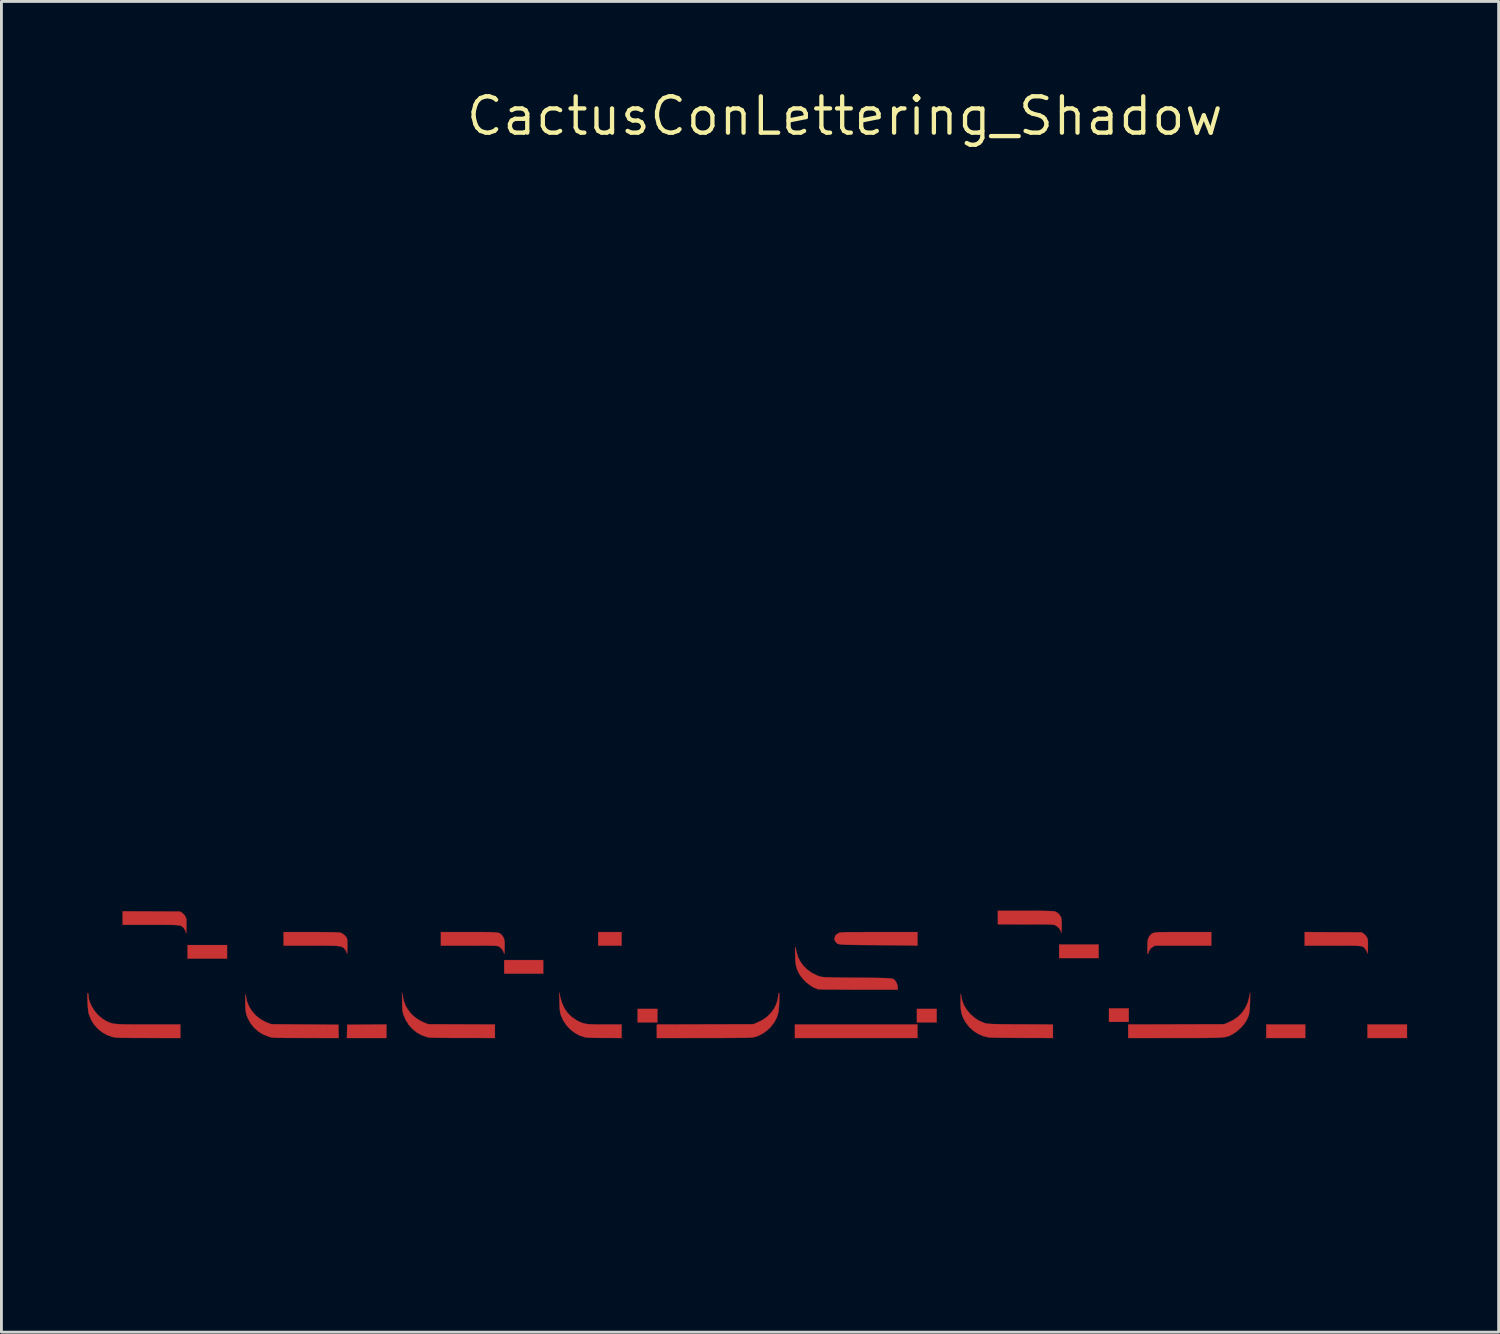
<source format=kicad_pcb>
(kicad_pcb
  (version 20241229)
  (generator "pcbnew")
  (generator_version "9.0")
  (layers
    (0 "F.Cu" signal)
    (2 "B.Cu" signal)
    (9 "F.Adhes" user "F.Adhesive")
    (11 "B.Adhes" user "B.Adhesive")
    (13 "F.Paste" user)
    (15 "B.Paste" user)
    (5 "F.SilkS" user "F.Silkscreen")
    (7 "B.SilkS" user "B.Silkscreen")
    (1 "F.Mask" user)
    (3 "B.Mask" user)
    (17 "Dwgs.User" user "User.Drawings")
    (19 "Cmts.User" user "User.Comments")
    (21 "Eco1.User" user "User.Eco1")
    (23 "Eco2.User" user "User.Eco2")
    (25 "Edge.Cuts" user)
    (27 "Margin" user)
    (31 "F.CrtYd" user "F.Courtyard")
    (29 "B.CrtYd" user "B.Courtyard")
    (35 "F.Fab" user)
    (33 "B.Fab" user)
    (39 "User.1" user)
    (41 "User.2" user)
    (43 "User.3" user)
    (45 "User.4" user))
  (footprint "CactusConLettering_Shadow"
    (layer "F.Cu")
    (at 26.475 1.006)
    (property "Reference" "CactusConLettering_Shadow" (at 0 0 0) (layer "F.SilkS") (effects (font (size 1.27 1.27) (thickness 0.15))))
    (attr through_hole)
    (fp_poly (pts (xy -21.59 29.446) (xy -22.969 29.446) (xy -22.969 28.974) (xy -21.59 28.974) (xy -21.59 29.446)) (stroke (width 0.01) (type solid)) (fill yes) (layer "F.Cu"))
    (fp_poly (pts (xy -10.541 29.972) (xy -11.902 29.972) (xy -11.902 29.5) (xy -10.541 29.5) (xy -10.541 29.972)) (stroke (width 0.01) (type solid)) (fill yes) (layer "F.Cu"))
    (fp_poly (pts (xy -7.801 28.992) (xy -8.618 28.992) (xy -8.618 28.521) (xy -7.801 28.521) (xy -7.801 28.992)) (stroke (width 0.01) (type solid)) (fill yes) (layer "F.Cu"))
    (fp_poly (pts (xy -6.55 31.677) (xy -7.239 31.677) (xy -7.239 31.206) (xy -6.55 31.206) (xy -6.55 31.677)) (stroke (width 0.01) (type solid)) (fill yes) (layer "F.Cu"))
    (fp_poly (pts (xy 2.54 32.222) (xy -1.742 32.222) (xy -1.742 31.75) (xy 2.54 31.75) (xy 2.54 32.222)) (stroke (width 0.01) (type solid)) (fill yes) (layer "F.Cu"))
    (fp_poly (pts (xy 3.211 31.677) (xy 2.522 31.677) (xy 2.522 31.206) (xy 3.211 31.206) (xy 3.211 31.677)) (stroke (width 0.01) (type solid)) (fill yes) (layer "F.Cu"))
    (fp_poly (pts (xy 8.872 29.428) (xy 7.493 29.428) (xy 7.493 28.956) (xy 8.872 28.956) (xy 8.872 29.428)) (stroke (width 0.01) (type solid)) (fill yes) (layer "F.Cu"))
    (fp_poly (pts (xy 9.924 31.659) (xy 9.235 31.659) (xy 9.235 31.188) (xy 9.924 31.188) (xy 9.924 31.659)) (stroke (width 0.01) (type solid)) (fill yes) (layer "F.Cu"))
    (fp_poly (pts (xy 16.093 32.222) (xy 14.732 32.222) (xy 14.732 31.75) (xy 16.093 31.75) (xy 16.093 32.222)) (stroke (width 0.01) (type solid)) (fill yes) (layer "F.Cu"))
    (fp_poly (pts (xy 19.649 32.222) (xy 18.27 32.222) (xy 18.27 31.75) (xy 19.649 31.75) (xy 19.649 32.222)) (stroke (width 0.01) (type solid)) (fill yes) (layer "F.Cu"))
    (fp_poly (pts (xy -16.02 32.222) (xy -17.4 32.222) (xy -17.395 31.99) (xy -17.39 31.759) (xy -16.02 31.75) (xy -16.02 32.222)) (stroke (width 0.01) (type solid)) (fill yes) (layer "F.Cu"))
    (fp_poly (pts (xy 18.064 28.53) (xy 18.137 28.578) (xy 18.206 28.64) (xy 18.25 28.708) (xy 18.265 28.742) (xy 18.276 28.777) (xy 18.282 28.82) (xy 18.285 28.877) (xy 18.285 28.957) (xy 18.284 29.058) (xy 18.281 29.164) (xy 18.278 29.234) (xy 18.273 29.267) (xy 18.268 29.265) (xy 18.266 29.255) (xy 18.245 29.195) (xy 18.21 29.133) (xy 18.198 29.117) (xy 18.177 29.091) (xy 18.157 29.068) (xy 18.135 29.05) (xy 18.11 29.034) (xy 18.077 29.022) (xy 18.034 29.012) (xy 17.977 29.005) (xy 17.904 29) (xy 17.811 28.996) (xy 17.697 28.994) (xy 17.556 28.993) (xy 17.388 28.992) (xy 17.188 28.992) (xy 17.047 28.992) (xy 16.075 28.992) (xy 16.075 28.52) (xy 18.064 28.53)) (stroke (width 0.01) (type solid)) (fill yes) (layer "F.Cu"))
    (fp_poly (pts (xy -23.229 27.804) (xy -23.156 27.853) (xy -23.088 27.915) (xy -23.043 27.982) (xy -23.028 28.016) (xy -23.017 28.051) (xy -23.011 28.094) (xy -23.008 28.151) (xy -23.008 28.23) (xy -23.01 28.332) (xy -23.012 28.423) (xy -23.014 28.495) (xy -23.016 28.543) (xy -23.018 28.564) (xy -23.019 28.561) (xy -23.034 28.505) (xy -23.065 28.439) (xy -23.103 28.38) (xy -23.126 28.355) (xy -23.147 28.336) (xy -23.168 28.32) (xy -23.19 28.307) (xy -23.218 28.296) (xy -23.253 28.287) (xy -23.3 28.281) (xy -23.36 28.275) (xy -23.438 28.272) (xy -23.536 28.269) (xy -23.658 28.268) (xy -23.805 28.267) (xy -23.982 28.267) (xy -24.192 28.267) (xy -24.256 28.267) (xy -25.237 28.267) (xy -25.237 27.794) (xy -23.229 27.804)) (stroke (width 0.01) (type solid)) (fill yes) (layer "F.Cu"))
    (fp_poly (pts (xy 11.829 28.521) (xy 12.809 28.521) (xy 12.809 28.992) (xy 10.838 28.992) (xy 10.758 29.044) (xy 10.705 29.082) (xy 10.667 29.123) (xy 10.636 29.179) (xy 10.606 29.255) (xy 10.595 29.283) (xy 10.588 29.294) (xy 10.584 29.285) (xy 10.581 29.252) (xy 10.579 29.191) (xy 10.579 29.098) (xy 10.579 29.083) (xy 10.58 28.956) (xy 10.585 28.858) (xy 10.596 28.783) (xy 10.615 28.724) (xy 10.642 28.675) (xy 10.673 28.635) (xy 10.694 28.611) (xy 10.714 28.591) (xy 10.736 28.574) (xy 10.762 28.559) (xy 10.796 28.548) (xy 10.841 28.539) (xy 10.899 28.532) (xy 10.974 28.528) (xy 11.068 28.524) (xy 11.185 28.522) (xy 11.328 28.521) (xy 11.5 28.521) (xy 11.703 28.521) (xy 11.829 28.521)) (stroke (width 0.01) (type solid)) (fill yes) (layer "F.Cu"))
    (fp_poly (pts (xy -15.447 30.775) (xy -15.408 30.939) (xy -15.355 31.081) (xy -15.282 31.212) (xy -15.278 31.219) (xy -15.153 31.379) (xy -15.001 31.516) (xy -14.825 31.628) (xy -14.682 31.693) (xy -14.56 31.741) (xy -13.394 31.746) (xy -12.228 31.751) (xy -12.228 32.222) (xy -13.358 32.22) (xy -13.603 32.22) (xy -13.814 32.219) (xy -13.994 32.218) (xy -14.145 32.216) (xy -14.27 32.214) (xy -14.371 32.211) (xy -14.45 32.208) (xy -14.511 32.204) (xy -14.555 32.2) (xy -14.585 32.195) (xy -14.587 32.194) (xy -14.777 32.129) (xy -14.951 32.034) (xy -15.106 31.91) (xy -15.239 31.761) (xy -15.346 31.59) (xy -15.415 31.429) (xy -15.433 31.375) (xy -15.446 31.326) (xy -15.455 31.275) (xy -15.461 31.215) (xy -15.465 31.138) (xy -15.468 31.036) (xy -15.469 30.961) (xy -15.474 30.634) (xy -15.447 30.775)) (stroke (width 0.01) (type solid)) (fill yes) (layer "F.Cu"))
    (fp_poly (pts (xy -9.941 30.804) (xy -9.88 31.012) (xy -9.791 31.198) (xy -9.676 31.359) (xy -9.534 31.496) (xy -9.367 31.608) (xy -9.298 31.643) (xy -9.237 31.671) (xy -9.181 31.693) (xy -9.124 31.711) (xy -9.064 31.725) (xy -8.994 31.735) (xy -8.91 31.742) (xy -8.807 31.746) (xy -8.682 31.749) (xy -8.528 31.75) (xy -8.387 31.75) (xy -7.801 31.75) (xy -7.801 32.222) (xy -8.396 32.22) (xy -8.576 32.219) (xy -8.724 32.218) (xy -8.843 32.215) (xy -8.936 32.211) (xy -9.009 32.206) (xy -9.063 32.199) (xy -9.098 32.192) (xy -9.277 32.131) (xy -9.444 32.038) (xy -9.596 31.918) (xy -9.729 31.774) (xy -9.837 31.611) (xy -9.918 31.432) (xy -9.933 31.387) (xy -9.946 31.332) (xy -9.956 31.26) (xy -9.964 31.166) (xy -9.969 31.044) (xy -9.971 30.961) (xy -9.978 30.634) (xy -9.941 30.804)) (stroke (width 0.01) (type solid)) (fill yes) (layer "F.Cu"))
    (fp_poly (pts (xy -18.655 28.521) (xy -18.414 28.521) (xy -18.203 28.522) (xy -18.023 28.524) (xy -17.876 28.527) (xy -17.761 28.53) (xy -17.68 28.534) (xy -17.635 28.539) (xy -17.629 28.54) (xy -17.562 28.571) (xy -17.493 28.621) (xy -17.434 28.681) (xy -17.401 28.734) (xy -17.391 28.778) (xy -17.386 28.856) (xy -17.384 28.965) (xy -17.385 29.056) (xy -17.388 29.147) (xy -17.39 29.219) (xy -17.392 29.268) (xy -17.394 29.289) (xy -17.395 29.286) (xy -17.413 29.221) (xy -17.45 29.15) (xy -17.497 29.09) (xy -17.521 29.068) (xy -17.545 29.052) (xy -17.571 29.039) (xy -17.602 29.027) (xy -17.64 29.018) (xy -17.689 29.01) (xy -17.751 29.004) (xy -17.831 29) (xy -17.931 28.997) (xy -18.053 28.995) (xy -18.202 28.993) (xy -18.379 28.993) (xy -18.589 28.992) (xy -18.664 28.992) (xy -19.612 28.992) (xy -19.612 28.521) (xy -18.655 28.521)) (stroke (width 0.01) (type solid)) (fill yes) (layer "F.Cu"))
    (fp_poly (pts (xy 6.309 27.777) (xy 6.545 27.777) (xy 6.754 27.778) (xy 6.932 27.78) (xy 7.08 27.783) (xy 7.196 27.786) (xy 7.278 27.79) (xy 7.326 27.794) (xy 7.335 27.796) (xy 7.421 27.837) (xy 7.497 27.904) (xy 7.551 27.987) (xy 7.556 28) (xy 7.568 28.041) (xy 7.576 28.092) (xy 7.58 28.161) (xy 7.581 28.254) (xy 7.58 28.339) (xy 7.577 28.441) (xy 7.574 28.508) (xy 7.57 28.541) (xy 7.565 28.543) (xy 7.561 28.526) (xy 7.53 28.442) (xy 7.471 28.364) (xy 7.393 28.302) (xy 7.357 28.282) (xy 7.339 28.275) (xy 7.317 28.269) (xy 7.289 28.264) (xy 7.252 28.26) (xy 7.201 28.256) (xy 7.135 28.254) (xy 7.05 28.252) (xy 6.942 28.251) (xy 6.81 28.25) (xy 6.65 28.249) (xy 6.458 28.249) (xy 6.318 28.249) (xy 5.352 28.248) (xy 5.352 27.777) (xy 6.309 27.777)) (stroke (width 0.01) (type solid)) (fill yes) (layer "F.Cu"))
    (fp_poly (pts (xy -20.94 30.716) (xy -20.935 30.749) (xy -20.892 30.944) (xy -20.817 31.127) (xy -20.712 31.293) (xy -20.58 31.44) (xy -20.424 31.564) (xy -20.247 31.662) (xy -20.169 31.693) (xy -20.039 31.741) (xy -18.869 31.75) (xy -17.698 31.759) (xy -17.693 31.99) (xy -17.688 32.222) (xy -18.836 32.221) (xy -19.069 32.221) (xy -19.268 32.22) (xy -19.437 32.22) (xy -19.578 32.219) (xy -19.695 32.218) (xy -19.79 32.216) (xy -19.867 32.214) (xy -19.928 32.211) (xy -19.976 32.208) (xy -20.015 32.204) (xy -20.047 32.198) (xy -20.075 32.192) (xy -20.102 32.184) (xy -20.12 32.179) (xy -20.318 32.102) (xy -20.491 31.998) (xy -20.641 31.866) (xy -20.767 31.708) (xy -20.839 31.582) (xy -20.88 31.494) (xy -20.91 31.41) (xy -20.931 31.321) (xy -20.944 31.221) (xy -20.951 31.101) (xy -20.953 30.953) (xy -20.952 30.934) (xy -20.951 30.827) (xy -20.95 30.754) (xy -20.948 30.713) (xy -20.945 30.701) (xy -20.94 30.716)) (stroke (width 0.01) (type solid)) (fill yes) (layer "F.Cu"))
    (fp_poly (pts (xy -12.913 28.521) (xy -12.725 28.521) (xy -12.567 28.521) (xy -12.436 28.523) (xy -12.329 28.526) (xy -12.244 28.53) (xy -12.177 28.535) (xy -12.125 28.543) (xy -12.086 28.553) (xy -12.056 28.566) (xy -12.032 28.581) (xy -12.012 28.6) (xy -11.991 28.622) (xy -11.979 28.635) (xy -11.942 28.684) (xy -11.916 28.735) (xy -11.898 28.796) (xy -11.889 28.874) (xy -11.886 28.976) (xy -11.887 29.083) (xy -11.89 29.183) (xy -11.894 29.247) (xy -11.899 29.276) (xy -11.905 29.273) (xy -11.907 29.265) (xy -11.942 29.174) (xy -12 29.093) (xy -12.073 29.034) (xy -12.082 29.029) (xy -12.099 29.021) (xy -12.118 29.014) (xy -12.141 29.009) (xy -12.172 29.004) (xy -12.214 29) (xy -12.27 28.998) (xy -12.343 28.996) (xy -12.436 28.994) (xy -12.552 28.993) (xy -12.694 28.993) (xy -12.866 28.992) (xy -13.07 28.992) (xy -13.135 28.992) (xy -14.115 28.992) (xy -14.115 28.521) (xy -13.135 28.521) (xy -12.913 28.521)) (stroke (width 0.01) (type solid)) (fill yes) (layer "F.Cu"))
    (fp_poly (pts (xy 14.163 30.97) (xy 14.158 31.117) (xy 14.151 31.236) (xy 14.138 31.334) (xy 14.119 31.418) (xy 14.092 31.496) (xy 14.055 31.577) (xy 14.02 31.641) (xy 13.954 31.737) (xy 13.866 31.839) (xy 13.763 31.937) (xy 13.655 32.024) (xy 13.553 32.089) (xy 13.535 32.099) (xy 13.494 32.119) (xy 13.456 32.137) (xy 13.42 32.153) (xy 13.384 32.166) (xy 13.343 32.178) (xy 13.297 32.188) (xy 13.243 32.196) (xy 13.178 32.203) (xy 13.1 32.208) (xy 13.007 32.213) (xy 12.895 32.216) (xy 12.764 32.218) (xy 12.609 32.22) (xy 12.43 32.221) (xy 12.222 32.221) (xy 11.985 32.221) (xy 11.716 32.221) (xy 11.534 32.221) (xy 9.906 32.222) (xy 9.906 31.751) (xy 11.58 31.746) (xy 13.253 31.741) (xy 13.376 31.693) (xy 13.572 31.599) (xy 13.742 31.481) (xy 13.884 31.34) (xy 13.998 31.175) (xy 14.084 30.988) (xy 14.141 30.779) (xy 14.142 30.773) (xy 14.168 30.634) (xy 14.163 30.97)) (stroke (width 0.01) (type solid)) (fill yes) (layer "F.Cu"))
    (fp_poly (pts (xy -2.293 30.66) (xy -2.289 30.707) (xy -2.288 30.776) (xy -2.289 30.862) (xy -2.292 30.958) (xy -2.296 31.056) (xy -2.302 31.151) (xy -2.31 31.236) (xy -2.318 31.304) (xy -2.323 31.333) (xy -2.377 31.507) (xy -2.463 31.672) (xy -2.576 31.823) (xy -2.713 31.956) (xy -2.867 32.067) (xy -3.036 32.15) (xy -3.175 32.193) (xy -3.2 32.198) (xy -3.231 32.203) (xy -3.272 32.206) (xy -3.325 32.21) (xy -3.391 32.212) (xy -3.473 32.215) (xy -3.574 32.216) (xy -3.696 32.218) (xy -3.84 32.219) (xy -4.01 32.22) (xy -4.207 32.221) (xy -4.434 32.221) (xy -4.693 32.221) (xy -4.93 32.221) (xy -6.568 32.222) (xy -6.568 31.751) (xy -3.202 31.741) (xy -3.08 31.693) (xy -2.893 31.604) (xy -2.729 31.491) (xy -2.589 31.357) (xy -2.476 31.206) (xy -2.393 31.04) (xy -2.341 30.863) (xy -2.328 30.766) (xy -2.32 30.704) (xy -2.31 30.661) (xy -2.299 30.643) (xy -2.299 30.643) (xy -2.293 30.66)) (stroke (width 0.01) (type solid)) (fill yes) (layer "F.Cu"))
    (fp_poly (pts (xy 2.54 28.992) (xy 2.336 28.988) (xy 2.281 28.987) (xy 2.194 28.986) (xy 2.078 28.985) (xy 1.938 28.983) (xy 1.776 28.982) (xy 1.597 28.98) (xy 1.405 28.978) (xy 1.203 28.976) (xy 0.995 28.975) (xy 0.98 28.974) (xy 0.74 28.973) (xy 0.534 28.971) (xy 0.359 28.969) (xy 0.212 28.967) (xy 0.09 28.964) (xy -0.009 28.96) (xy -0.088 28.955) (xy -0.15 28.949) (xy -0.198 28.942) (xy -0.233 28.932) (xy -0.26 28.92) (xy -0.28 28.906) (xy -0.297 28.889) (xy -0.313 28.869) (xy -0.327 28.852) (xy -0.355 28.803) (xy -0.359 28.747) (xy -0.357 28.732) (xy -0.335 28.659) (xy -0.288 28.602) (xy -0.21 28.556) (xy -0.209 28.555) (xy -0.193 28.548) (xy -0.175 28.543) (xy -0.151 28.538) (xy -0.119 28.534) (xy -0.076 28.531) (xy -0.02 28.528) (xy 0.052 28.526) (xy 0.142 28.524) (xy 0.254 28.523) (xy 0.389 28.522) (xy 0.55 28.522) (xy 0.74 28.521) (xy 0.961 28.521) (xy 1.202 28.521) (xy 2.54 28.521) (xy 2.54 28.992)) (stroke (width 0.01) (type solid)) (fill yes) (layer "F.Cu"))
    (fp_poly (pts (xy 4.06 30.698) (xy 4.065 30.731) (xy 4.103 30.917) (xy 4.168 31.085) (xy 4.263 31.24) (xy 4.391 31.389) (xy 4.399 31.397) (xy 4.548 31.527) (xy 4.704 31.625) (xy 4.875 31.696) (xy 4.908 31.707) (xy 4.933 31.713) (xy 4.962 31.719) (xy 4.998 31.724) (xy 5.043 31.728) (xy 5.101 31.731) (xy 5.175 31.734) (xy 5.267 31.737) (xy 5.38 31.739) (xy 5.518 31.741) (xy 5.682 31.742) (xy 5.877 31.744) (xy 6.105 31.745) (xy 6.146 31.745) (xy 7.275 31.752) (xy 7.275 32.222) (xy 6.209 32.219) (xy 6.012 32.219) (xy 5.823 32.218) (xy 5.645 32.216) (xy 5.483 32.214) (xy 5.339 32.212) (xy 5.218 32.209) (xy 5.123 32.206) (xy 5.058 32.203) (xy 5.029 32.201) (xy 4.84 32.156) (xy 4.661 32.078) (xy 4.496 31.971) (xy 4.351 31.838) (xy 4.229 31.681) (xy 4.174 31.586) (xy 4.129 31.494) (xy 4.096 31.408) (xy 4.073 31.32) (xy 4.058 31.222) (xy 4.05 31.105) (xy 4.048 30.963) (xy 4.048 30.915) (xy 4.049 30.809) (xy 4.051 30.736) (xy 4.053 30.695) (xy 4.056 30.683) (xy 4.06 30.698)) (stroke (width 0.01) (type solid)) (fill yes) (layer "F.Cu"))
    (fp_poly (pts (xy -26.455 30.651) (xy -26.441 30.676) (xy -26.434 30.721) (xy -26.434 30.728) (xy -26.418 30.865) (xy -26.372 31.009) (xy -26.3 31.154) (xy -26.207 31.293) (xy -26.096 31.42) (xy -25.973 31.53) (xy -25.841 31.615) (xy -25.817 31.627) (xy -25.768 31.651) (xy -25.723 31.672) (xy -25.68 31.689) (xy -25.635 31.704) (xy -25.585 31.716) (xy -25.527 31.726) (xy -25.458 31.733) (xy -25.375 31.739) (xy -25.276 31.743) (xy -25.156 31.746) (xy -25.013 31.748) (xy -24.844 31.749) (xy -24.646 31.75) (xy -24.415 31.75) (xy -24.334 31.75) (xy -23.223 31.75) (xy -23.223 32.222) (xy -24.343 32.221) (xy -24.574 32.22) (xy -24.772 32.22) (xy -24.94 32.219) (xy -25.08 32.218) (xy -25.196 32.217) (xy -25.291 32.215) (xy -25.367 32.213) (xy -25.428 32.21) (xy -25.477 32.206) (xy -25.516 32.201) (xy -25.549 32.196) (xy -25.579 32.189) (xy -25.596 32.185) (xy -25.785 32.117) (xy -25.957 32.02) (xy -26.11 31.895) (xy -26.24 31.747) (xy -26.343 31.579) (xy -26.416 31.395) (xy -26.426 31.36) (xy -26.436 31.306) (xy -26.446 31.232) (xy -26.454 31.143) (xy -26.461 31.047) (xy -26.466 30.948) (xy -26.469 30.855) (xy -26.47 30.772) (xy -26.468 30.706) (xy -26.463 30.663) (xy -26.456 30.65) (xy -26.455 30.651)) (stroke (width 0.01) (type solid)) (fill yes) (layer "F.Cu"))
    (fp_poly (pts (xy -1.719 29.065) (xy -1.707 29.118) (xy -1.69 29.202) (xy -1.688 29.209) (xy -1.637 29.387) (xy -1.553 29.554) (xy -1.44 29.706) (xy -1.302 29.84) (xy -1.143 29.952) (xy -0.965 30.039) (xy -0.861 30.075) (xy -0.836 30.081) (xy -0.807 30.087) (xy -0.77 30.092) (xy -0.723 30.096) (xy -0.664 30.099) (xy -0.588 30.102) (xy -0.494 30.105) (xy -0.379 30.107) (xy -0.239 30.11) (xy -0.073 30.112) (xy 0.124 30.114) (xy 0.352 30.116) (xy 0.435 30.116) (xy 0.678 30.118) (xy 0.886 30.12) (xy 1.064 30.122) (xy 1.214 30.124) (xy 1.338 30.127) (xy 1.439 30.13) (xy 1.521 30.134) (xy 1.584 30.14) (xy 1.633 30.146) (xy 1.67 30.154) (xy 1.698 30.164) (xy 1.719 30.176) (xy 1.735 30.19) (xy 1.751 30.206) (xy 1.764 30.22) (xy 1.807 30.288) (xy 1.839 30.374) (xy 1.851 30.46) (xy 1.851 30.461) (xy 1.851 30.534) (xy 0.476 30.533) (xy 0.255 30.532) (xy 0.044 30.532) (xy -0.155 30.531) (xy -0.338 30.529) (xy -0.503 30.528) (xy -0.646 30.526) (xy -0.764 30.524) (xy -0.856 30.522) (xy -0.917 30.519) (xy -0.945 30.517) (xy -0.946 30.517) (xy -1.078 30.462) (xy -1.214 30.379) (xy -1.344 30.275) (xy -1.462 30.158) (xy -1.559 30.032) (xy -1.601 29.961) (xy -1.643 29.875) (xy -1.675 29.795) (xy -1.699 29.714) (xy -1.715 29.623) (xy -1.725 29.516) (xy -1.732 29.384) (xy -1.734 29.301) (xy -1.736 29.184) (xy -1.736 29.104) (xy -1.733 29.057) (xy -1.728 29.045) (xy -1.719 29.065)) (stroke (width 0.01) (type solid)) (fill yes) (layer "F.Cu"))
    (fp_poly (pts (xy -15.821 39.497) (xy -17.199 39.497) (xy -17.199 39.025) (xy -15.821 39.025) (xy -15.821 39.497)) (stroke (width 0.01) (type solid)) (fill yes) (layer "F.Mask"))
    (fp_poly (pts (xy -10.341 37.229) (xy -11.702 37.229) (xy -11.702 36.757) (xy -10.341 36.757) (xy -10.341 37.229)) (stroke (width 0.01) (type solid)) (fill yes) (layer "F.Mask"))
    (fp_poly (pts (xy -7.602 36.249) (xy -8.418 36.249) (xy -8.418 35.778) (xy -7.602 35.778) (xy -7.602 36.249)) (stroke (width 0.01) (type solid)) (fill yes) (layer "F.Mask"))
    (fp_poly (pts (xy -6.35 38.935) (xy -7.039 38.935) (xy -7.039 38.463) (xy -6.35 38.463) (xy -6.35 38.935)) (stroke (width 0.01) (type solid)) (fill yes) (layer "F.Mask"))
    (fp_poly (pts (xy 2.74 39.497) (xy -1.542 39.497) (xy -1.542 39.025) (xy 2.74 39.025) (xy 2.74 39.497)) (stroke (width 0.01) (type solid)) (fill yes) (layer "F.Mask"))
    (fp_poly (pts (xy 9.071 36.703) (xy 7.693 36.703) (xy 7.693 36.231) (xy 9.071 36.231) (xy 9.071 36.703)) (stroke (width 0.01) (type solid)) (fill yes) (layer "F.Mask"))
    (fp_poly (pts (xy 10.124 38.935) (xy 9.434 38.935) (xy 9.434 38.463) (xy 10.124 38.463) (xy 10.124 38.935)) (stroke (width 0.01) (type solid)) (fill yes) (layer "F.Mask"))
    (fp_poly (pts (xy 16.292 39.497) (xy 14.932 39.497) (xy 14.932 39.025) (xy 16.292 39.025) (xy 16.292 39.497)) (stroke (width 0.01) (type solid)) (fill yes) (layer "F.Mask"))
    (fp_poly (pts (xy 19.848 39.497) (xy 18.469 39.497) (xy 18.469 39.025) (xy 19.848 39.025) (xy 19.848 39.497)) (stroke (width 0.01) (type solid)) (fill yes) (layer "F.Mask"))
    (fp_poly (pts (xy -21.399 36.24) (xy -21.394 36.472) (xy -21.389 36.703) (xy -22.769 36.703) (xy -22.769 36.231) (xy -21.399 36.24)) (stroke (width 0.01) (type solid)) (fill yes) (layer "F.Mask"))
    (fp_poly (pts (xy 3.062 38.467) (xy 3.402 38.472) (xy 3.407 38.703) (xy 3.412 38.935) (xy 2.721 38.935) (xy 2.721 38.462) (xy 3.062 38.467)) (stroke (width 0.01) (type solid)) (fill yes) (layer "F.Mask"))
    (fp_poly (pts (xy -18.409 35.8) (xy -17.405 35.805) (xy -17.33 35.855) (xy -17.277 35.894) (xy -17.239 35.936) (xy -17.212 35.987) (xy -17.195 36.052) (xy -17.187 36.139) (xy -17.184 36.252) (xy -17.185 36.327) (xy -17.188 36.429) (xy -17.191 36.5) (xy -17.196 36.539) (xy -17.201 36.543) (xy -17.203 36.533) (xy -17.236 36.445) (xy -17.297 36.366) (xy -17.377 36.306) (xy -17.381 36.304) (xy -17.398 36.296) (xy -17.416 36.289) (xy -17.44 36.284) (xy -17.472 36.279) (xy -17.514 36.276) (xy -17.571 36.273) (xy -17.646 36.271) (xy -17.74 36.269) (xy -17.858 36.268) (xy -18.002 36.268) (xy -18.176 36.268) (xy -18.382 36.268) (xy -18.432 36.268) (xy -19.413 36.268) (xy -19.413 35.795) (xy -18.409 35.8)) (stroke (width 0.01) (type solid)) (fill yes) (layer "F.Mask"))
    (fp_poly (pts (xy -24.089 35.052) (xy -23.837 35.053) (xy -23.62 35.054) (xy -23.438 35.056) (xy -23.292 35.059) (xy -23.181 35.062) (xy -23.107 35.067) (xy -23.069 35.072) (xy -22.968 35.116) (xy -22.888 35.186) (xy -22.839 35.262) (xy -22.825 35.298) (xy -22.816 35.338) (xy -22.811 35.387) (xy -22.808 35.455) (xy -22.809 35.548) (xy -22.81 35.609) (xy -22.812 35.711) (xy -22.815 35.779) (xy -22.819 35.814) (xy -22.823 35.82) (xy -22.829 35.797) (xy -22.858 35.72) (xy -22.914 35.646) (xy -22.985 35.584) (xy -23.064 35.546) (xy -23.069 35.544) (xy -23.106 35.539) (xy -23.178 35.534) (xy -23.284 35.531) (xy -23.425 35.528) (xy -23.602 35.526) (xy -23.813 35.524) (xy -24.061 35.524) (xy -24.089 35.524) (xy -25.037 35.524) (xy -25.037 35.052) (xy -24.089 35.052)) (stroke (width 0.01) (type solid)) (fill yes) (layer "F.Mask"))
    (fp_poly (pts (xy 2.74 36.249) (xy 1.429 36.248) (xy 1.164 36.248) (xy 0.933 36.247) (xy 0.733 36.246) (xy 0.564 36.245) (xy 0.422 36.243) (xy 0.305 36.241) (xy 0.212 36.238) (xy 0.14 36.235) (xy 0.086 36.231) (xy 0.049 36.227) (xy 0.03 36.223) (xy -0.062 36.185) (xy -0.124 36.127) (xy -0.155 36.051) (xy -0.157 36.039) (xy -0.15 35.957) (xy -0.11 35.885) (xy -0.039 35.829) (xy -0.025 35.822) (xy -0.01 35.815) (xy 0.007 35.809) (xy 0.029 35.804) (xy 0.058 35.8) (xy 0.098 35.797) (xy 0.15 35.794) (xy 0.218 35.791) (xy 0.304 35.789) (xy 0.41 35.788) (xy 0.538 35.786) (xy 0.693 35.785) (xy 0.875 35.784) (xy 1.088 35.783) (xy 1.334 35.782) (xy 1.392 35.782) (xy 2.74 35.777) (xy 2.74 36.249)) (stroke (width 0.01) (type solid)) (fill yes) (layer "F.Mask"))
    (fp_poly (pts (xy 13.008 36.249) (xy 12.042 36.25) (xy 11.829 36.25) (xy 11.65 36.25) (xy 11.5 36.251) (xy 11.377 36.252) (xy 11.279 36.253) (xy 11.201 36.256) (xy 11.141 36.258) (xy 11.095 36.262) (xy 11.061 36.266) (xy 11.036 36.272) (xy 11.016 36.278) (xy 11.004 36.284) (xy 10.918 36.337) (xy 10.856 36.41) (xy 10.81 36.507) (xy 10.776 36.603) (xy 10.781 36.31) (xy 10.786 36.017) (xy 10.841 35.939) (xy 10.886 35.885) (xy 10.938 35.838) (xy 10.959 35.824) (xy 10.973 35.816) (xy 10.99 35.809) (xy 11.011 35.803) (xy 11.041 35.799) (xy 11.081 35.795) (xy 11.135 35.792) (xy 11.206 35.789) (xy 11.298 35.787) (xy 11.412 35.786) (xy 11.552 35.784) (xy 11.721 35.783) (xy 11.922 35.782) (xy 12.015 35.782) (xy 13.008 35.777) (xy 13.008 36.249)) (stroke (width 0.01) (type solid)) (fill yes) (layer "F.Mask"))
    (fp_poly (pts (xy -12.728 35.778) (xy -12.53 35.779) (xy -12.364 35.78) (xy -12.228 35.782) (xy -12.12 35.785) (xy -12.037 35.788) (xy -11.979 35.793) (xy -11.941 35.798) (xy -11.931 35.8) (xy -11.873 35.827) (xy -11.812 35.869) (xy -11.79 35.889) (xy -11.749 35.939) (xy -11.719 35.998) (xy -11.7 36.073) (xy -11.689 36.168) (xy -11.686 36.29) (xy -11.687 36.376) (xy -11.69 36.47) (xy -11.692 36.53) (xy -11.695 36.562) (xy -11.7 36.568) (xy -11.706 36.552) (xy -11.716 36.517) (xy -11.717 36.514) (xy -11.756 36.424) (xy -11.82 36.346) (xy -11.898 36.289) (xy -11.947 36.27) (xy -11.986 36.264) (xy -12.059 36.26) (xy -12.167 36.256) (xy -12.311 36.253) (xy -12.49 36.251) (xy -12.706 36.25) (xy -12.957 36.25) (xy -12.968 36.25) (xy -13.916 36.249) (xy -13.916 35.778) (xy -12.961 35.778) (xy -12.728 35.778)) (stroke (width 0.01) (type solid)) (fill yes) (layer "F.Mask"))
    (fp_poly (pts (xy 17.222 35.778) (xy 17.457 35.778) (xy 17.664 35.779) (xy 17.841 35.781) (xy 17.988 35.784) (xy 18.103 35.787) (xy 18.184 35.791) (xy 18.231 35.795) (xy 18.239 35.797) (xy 18.325 35.838) (xy 18.401 35.905) (xy 18.454 35.988) (xy 18.46 36.001) (xy 18.472 36.042) (xy 18.48 36.093) (xy 18.484 36.162) (xy 18.485 36.255) (xy 18.484 36.34) (xy 18.481 36.442) (xy 18.478 36.509) (xy 18.474 36.542) (xy 18.469 36.544) (xy 18.465 36.527) (xy 18.433 36.443) (xy 18.375 36.365) (xy 18.297 36.303) (xy 18.261 36.283) (xy 18.243 36.276) (xy 18.221 36.27) (xy 18.193 36.265) (xy 18.155 36.261) (xy 18.104 36.257) (xy 18.038 36.255) (xy 17.952 36.253) (xy 17.844 36.252) (xy 17.712 36.251) (xy 17.55 36.25) (xy 17.358 36.25) (xy 17.231 36.25) (xy 16.274 36.249) (xy 16.274 35.778) (xy 17.222 35.778)) (stroke (width 0.01) (type solid)) (fill yes) (layer "F.Mask"))
    (fp_poly (pts (xy -2.112 37.977) (xy -2.11 38.022) (xy -2.108 38.098) (xy -2.107 38.2) (xy -2.108 38.351) (xy -2.113 38.474) (xy -2.125 38.576) (xy -2.144 38.666) (xy -2.172 38.75) (xy -2.211 38.838) (xy -2.235 38.884) (xy -2.342 39.051) (xy -2.476 39.195) (xy -2.637 39.315) (xy -2.823 39.41) (xy -2.894 39.437) (xy -3.039 39.488) (xy -6.368 39.498) (xy -6.368 39.025) (xy -4.771 39.025) (xy -4.487 39.025) (xy -4.238 39.025) (xy -4.02 39.025) (xy -3.831 39.024) (xy -3.669 39.023) (xy -3.532 39.022) (xy -3.416 39.02) (xy -3.32 39.018) (xy -3.242 39.016) (xy -3.178 39.013) (xy -3.128 39.009) (xy -3.087 39.005) (xy -3.054 39.001) (xy -3.034 38.997) (xy -2.841 38.94) (xy -2.665 38.853) (xy -2.508 38.739) (xy -2.373 38.601) (xy -2.264 38.442) (xy -2.183 38.266) (xy -2.132 38.075) (xy -2.124 38.014) (xy -2.118 37.976) (xy -2.115 37.963) (xy -2.112 37.977)) (stroke (width 0.01) (type solid)) (fill yes) (layer "F.Mask"))
    (fp_poly (pts (xy 6.754 35.052) (xy 6.942 35.052) (xy 7.1 35.053) (xy 7.231 35.054) (xy 7.338 35.057) (xy 7.423 35.061) (xy 7.49 35.067) (xy 7.542 35.074) (xy 7.581 35.084) (xy 7.611 35.097) (xy 7.635 35.112) (xy 7.655 35.131) (xy 7.675 35.153) (xy 7.688 35.167) (xy 7.725 35.215) (xy 7.751 35.266) (xy 7.768 35.327) (xy 7.778 35.405) (xy 7.781 35.507) (xy 7.78 35.614) (xy 7.777 35.714) (xy 7.773 35.778) (xy 7.768 35.808) (xy 7.762 35.804) (xy 7.76 35.796) (xy 7.725 35.705) (xy 7.667 35.624) (xy 7.594 35.565) (xy 7.584 35.56) (xy 7.568 35.552) (xy 7.549 35.546) (xy 7.526 35.54) (xy 7.495 35.535) (xy 7.453 35.532) (xy 7.397 35.529) (xy 7.324 35.527) (xy 7.231 35.526) (xy 7.115 35.525) (xy 6.972 35.524) (xy 6.801 35.524) (xy 6.597 35.524) (xy 6.532 35.524) (xy 5.552 35.524) (xy 5.552 35.052) (xy 6.532 35.052) (xy 6.754 35.052)) (stroke (width 0.01) (type solid)) (fill yes) (layer "F.Mask"))
    (fp_poly (pts (xy -15.248 38.041) (xy -15.196 38.242) (xy -15.114 38.426) (xy -15.002 38.592) (xy -14.863 38.736) (xy -14.698 38.856) (xy -14.51 38.95) (xy -14.424 38.982) (xy -14.401 38.989) (xy -14.375 38.995) (xy -14.342 39) (xy -14.301 39.004) (xy -14.247 39.007) (xy -14.179 39.01) (xy -14.093 39.013) (xy -13.986 39.015) (xy -13.855 39.016) (xy -13.699 39.018) (xy -13.513 39.019) (xy -13.295 39.02) (xy -13.176 39.021) (xy -12.029 39.027) (xy -12.029 39.497) (xy -13.122 39.495) (xy -13.32 39.494) (xy -13.51 39.493) (xy -13.688 39.492) (xy -13.849 39.49) (xy -13.992 39.488) (xy -14.112 39.486) (xy -14.206 39.483) (xy -14.271 39.481) (xy -14.301 39.478) (xy -14.484 39.43) (xy -14.663 39.352) (xy -14.827 39.247) (xy -14.968 39.121) (xy -14.986 39.102) (xy -15.071 38.99) (xy -15.147 38.857) (xy -15.209 38.716) (xy -15.249 38.581) (xy -15.249 38.581) (xy -15.263 38.486) (xy -15.271 38.358) (xy -15.274 38.203) (xy -15.274 38.173) (xy -15.273 37.891) (xy -15.248 38.041)) (stroke (width 0.01) (type solid)) (fill yes) (layer "F.Mask"))
    (fp_poly (pts (xy -9.768 37.928) (xy -9.761 37.962) (xy -9.749 38.021) (xy -9.735 38.093) (xy -9.732 38.109) (xy -9.679 38.292) (xy -9.594 38.463) (xy -9.48 38.619) (xy -9.34 38.755) (xy -9.178 38.869) (xy -8.996 38.957) (xy -8.926 38.981) (xy -8.894 38.99) (xy -8.856 38.998) (xy -8.808 39.004) (xy -8.746 39.008) (xy -8.666 39.012) (xy -8.564 39.015) (xy -8.435 39.018) (xy -8.275 39.02) (xy -8.214 39.021) (xy -7.602 39.028) (xy -7.602 39.497) (xy -8.16 39.495) (xy -8.303 39.494) (xy -8.438 39.492) (xy -8.56 39.49) (xy -8.664 39.487) (xy -8.744 39.483) (xy -8.794 39.479) (xy -8.804 39.478) (xy -8.994 39.429) (xy -9.174 39.348) (xy -9.338 39.241) (xy -9.48 39.109) (xy -9.597 38.957) (xy -9.64 38.882) (xy -9.682 38.799) (xy -9.713 38.726) (xy -9.736 38.653) (xy -9.751 38.575) (xy -9.761 38.483) (xy -9.768 38.37) (xy -9.771 38.228) (xy -9.771 38.227) (xy -9.773 38.124) (xy -9.773 38.038) (xy -9.772 37.973) (xy -9.771 37.934) (xy -9.768 37.927) (xy -9.768 37.928)) (stroke (width 0.01) (type solid)) (fill yes) (layer "F.Mask"))
    (fp_poly (pts (xy -26.253 37.956) (xy -26.242 37.996) (xy -26.227 38.071) (xy -26.218 38.118) (xy -26.168 38.289) (xy -26.086 38.453) (xy -25.977 38.606) (xy -25.844 38.741) (xy -25.693 38.853) (xy -25.559 38.924) (xy -25.512 38.944) (xy -25.468 38.961) (xy -25.422 38.976) (xy -25.372 38.988) (xy -25.315 38.998) (xy -25.247 39.006) (xy -25.166 39.012) (xy -25.069 39.017) (xy -24.952 39.021) (xy -24.813 39.023) (xy -24.648 39.024) (xy -24.454 39.025) (xy -24.229 39.025) (xy -24.104 39.025) (xy -23.023 39.025) (xy -23.023 39.497) (xy -24.116 39.494) (xy -24.314 39.494) (xy -24.501 39.493) (xy -24.676 39.492) (xy -24.835 39.491) (xy -24.973 39.49) (xy -25.089 39.488) (xy -25.178 39.487) (xy -25.238 39.486) (xy -25.264 39.484) (xy -25.447 39.442) (xy -25.622 39.368) (xy -25.786 39.265) (xy -25.933 39.137) (xy -26.057 38.988) (xy -26.155 38.821) (xy -26.159 38.812) (xy -26.205 38.695) (xy -26.237 38.568) (xy -26.258 38.425) (xy -26.267 38.258) (xy -26.269 38.145) (xy -26.268 38.044) (xy -26.265 37.979) (xy -26.261 37.95) (xy -26.253 37.956)) (stroke (width 0.01) (type solid)) (fill yes) (layer "F.Mask"))
    (fp_poly (pts (xy -20.741 37.991) (xy -20.736 38.025) (xy -20.693 38.218) (xy -20.618 38.398) (xy -20.513 38.562) (xy -20.382 38.707) (xy -20.226 38.83) (xy -20.048 38.928) (xy -19.93 38.974) (xy -19.904 38.982) (xy -19.879 38.99) (xy -19.851 38.996) (xy -19.819 39.001) (xy -19.779 39.005) (xy -19.729 39.009) (xy -19.665 39.011) (xy -19.584 39.014) (xy -19.484 39.016) (xy -19.361 39.017) (xy -19.213 39.018) (xy -19.036 39.019) (xy -18.829 39.02) (xy -18.655 39.021) (xy -17.508 39.027) (xy -17.508 39.497) (xy -18.61 39.495) (xy -18.854 39.495) (xy -19.064 39.494) (xy -19.243 39.493) (xy -19.394 39.491) (xy -19.519 39.489) (xy -19.62 39.486) (xy -19.701 39.482) (xy -19.763 39.478) (xy -19.81 39.473) (xy -19.839 39.469) (xy -20.019 39.415) (xy -20.189 39.33) (xy -20.345 39.218) (xy -20.482 39.082) (xy -20.597 38.926) (xy -20.685 38.756) (xy -20.728 38.626) (xy -20.74 38.565) (xy -20.748 38.481) (xy -20.752 38.371) (xy -20.753 38.23) (xy -20.753 38.218) (xy -20.752 38.109) (xy -20.75 38.035) (xy -20.748 37.992) (xy -20.745 37.978) (xy -20.741 37.991)) (stroke (width 0.01) (type solid)) (fill yes) (layer "F.Mask"))
    (fp_poly (pts (xy -1.506 36.413) (xy -1.457 36.599) (xy -1.388 36.76) (xy -1.297 36.904) (xy -1.178 37.038) (xy -1.142 37.072) (xy -1.05 37.148) (xy -0.951 37.216) (xy -0.885 37.253) (xy -0.837 37.277) (xy -0.793 37.297) (xy -0.75 37.314) (xy -0.706 37.328) (xy -0.656 37.34) (xy -0.599 37.35) (xy -0.53 37.358) (xy -0.448 37.363) (xy -0.348 37.368) (xy -0.229 37.37) (xy -0.086 37.372) (xy 0.082 37.373) (xy 0.28 37.374) (xy 0.51 37.374) (xy 0.608 37.374) (xy 0.862 37.375) (xy 1.089 37.376) (xy 1.287 37.377) (xy 1.455 37.379) (xy 1.591 37.382) (xy 1.695 37.385) (xy 1.765 37.389) (xy 1.8 37.393) (xy 1.8 37.393) (xy 1.893 37.437) (xy 1.968 37.507) (xy 2.022 37.598) (xy 2.048 37.701) (xy 2.05 37.733) (xy 2.05 37.81) (xy -0.68 37.808) (xy -0.791 37.765) (xy -0.972 37.678) (xy -1.133 37.563) (xy -1.27 37.425) (xy -1.316 37.365) (xy -1.396 37.241) (xy -1.456 37.116) (xy -1.498 36.983) (xy -1.525 36.834) (xy -1.538 36.663) (xy -1.54 36.518) (xy -1.539 36.258) (xy -1.506 36.413)) (stroke (width 0.01) (type solid)) (fill yes) (layer "F.Mask"))
    (fp_poly (pts (xy 4.26 37.973) (xy 4.265 38.006) (xy 4.308 38.203) (xy 4.386 38.388) (xy 4.448 38.491) (xy 4.565 38.641) (xy 4.702 38.766) (xy 4.863 38.87) (xy 5.053 38.956) (xy 5.057 38.958) (xy 5.079 38.966) (xy 5.101 38.973) (xy 5.126 38.978) (xy 5.157 38.983) (xy 5.196 38.987) (xy 5.248 38.991) (xy 5.313 38.994) (xy 5.396 38.996) (xy 5.5 38.997) (xy 5.626 38.999) (xy 5.778 39) (xy 5.96 39.001) (xy 6.172 39.002) (xy 6.318 39.003) (xy 7.475 39.009) (xy 7.475 39.479) (xy 6.364 39.477) (xy 6.12 39.477) (xy 5.91 39.476) (xy 5.732 39.475) (xy 5.582 39.473) (xy 5.458 39.471) (xy 5.357 39.468) (xy 5.278 39.465) (xy 5.216 39.461) (xy 5.17 39.456) (xy 5.137 39.451) (xy 5.137 39.451) (xy 4.958 39.394) (xy 4.789 39.305) (xy 4.634 39.187) (xy 4.497 39.044) (xy 4.385 38.88) (xy 4.364 38.842) (xy 4.322 38.756) (xy 4.291 38.671) (xy 4.27 38.582) (xy 4.256 38.48) (xy 4.249 38.357) (xy 4.248 38.207) (xy 4.248 38.191) (xy 4.249 38.084) (xy 4.25 38.012) (xy 4.253 37.97) (xy 4.256 37.958) (xy 4.26 37.973)) (stroke (width 0.01) (type solid)) (fill yes) (layer "F.Mask"))
    (fp_poly (pts (xy 14.364 37.959) (xy 14.365 38.002) (xy 14.365 38.074) (xy 14.363 38.178) (xy 14.362 38.227) (xy 14.36 38.349) (xy 14.357 38.441) (xy 14.353 38.511) (xy 14.346 38.567) (xy 14.336 38.614) (xy 14.322 38.661) (xy 14.31 38.696) (xy 14.236 38.868) (xy 14.142 39.017) (xy 14.033 39.143) (xy 13.89 39.267) (xy 13.729 39.366) (xy 13.562 39.437) (xy 13.417 39.488) (xy 11.761 39.493) (xy 10.106 39.498) (xy 10.106 39.027) (xy 11.761 39.021) (xy 12.049 39.02) (xy 12.304 39.019) (xy 12.526 39.019) (xy 12.72 39.018) (xy 12.887 39.016) (xy 13.03 39.014) (xy 13.152 39.011) (xy 13.253 39.008) (xy 13.338 39.003) (xy 13.409 38.997) (xy 13.467 38.99) (xy 13.515 38.981) (xy 13.556 38.971) (xy 13.593 38.958) (xy 13.626 38.944) (xy 13.66 38.927) (xy 13.696 38.908) (xy 13.737 38.886) (xy 13.743 38.883) (xy 13.86 38.809) (xy 13.977 38.71) (xy 14.084 38.597) (xy 14.173 38.479) (xy 14.209 38.417) (xy 14.254 38.325) (xy 14.287 38.244) (xy 14.312 38.162) (xy 14.335 38.063) (xy 14.342 38.024) (xy 14.351 37.979) (xy 14.357 37.951) (xy 14.362 37.943) (xy 14.364 37.959)) (stroke (width 0.01) (type solid)) (fill yes) (layer "F.Mask")))
  (gr_rect
    (start -3 -3)
    (end 49.328 43.509)
    (stroke (width 0.1) (type default))
    (fill no)
    (layer "Edge.Cuts")))
</source>
